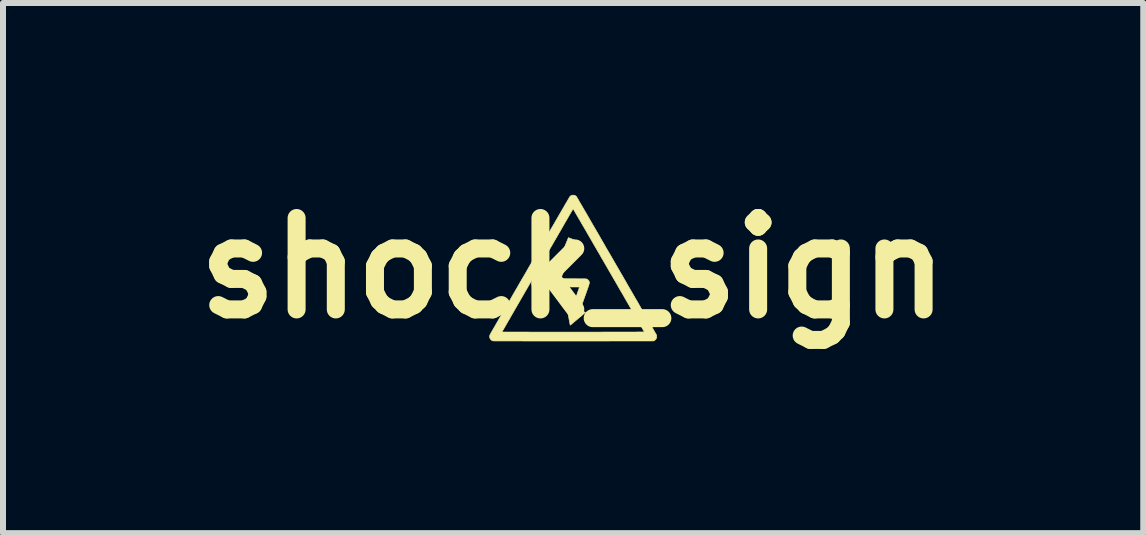
<source format=kicad_pcb>
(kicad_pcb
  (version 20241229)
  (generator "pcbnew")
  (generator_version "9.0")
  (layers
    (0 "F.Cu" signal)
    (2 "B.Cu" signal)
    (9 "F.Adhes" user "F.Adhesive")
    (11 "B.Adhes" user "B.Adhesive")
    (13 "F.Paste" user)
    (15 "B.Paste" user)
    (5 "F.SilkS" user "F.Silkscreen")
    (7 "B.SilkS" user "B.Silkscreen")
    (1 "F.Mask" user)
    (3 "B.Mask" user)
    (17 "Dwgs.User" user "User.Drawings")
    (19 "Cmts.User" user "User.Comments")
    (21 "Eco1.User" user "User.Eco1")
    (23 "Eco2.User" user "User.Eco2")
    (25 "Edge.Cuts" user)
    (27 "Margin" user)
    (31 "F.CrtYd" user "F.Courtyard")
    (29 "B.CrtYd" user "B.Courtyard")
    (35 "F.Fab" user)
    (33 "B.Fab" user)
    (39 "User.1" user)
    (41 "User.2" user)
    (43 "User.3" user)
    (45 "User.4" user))
  (footprint "shock_sign"
    (layer "F.Cu")
    (at 6.502 1.418)
    (property "Reference" "shock_sign" (at 0 0 0) (layer "F.SilkS") (effects (font (size 1.524 1.524) (thickness 0.3))))
    (attr through_hole)
    (fp_poly (pts (xy -0.076 -0.506) (xy -0.069 -0.504) (xy -0.059 -0.5) (xy -0.046 -0.495) (xy -0.031 -0.489) (xy -0.016 -0.483) (xy 0.003 -0.476) (xy 0.018 -0.47) (xy 0.029 -0.465) (xy 0.036 -0.462) (xy 0.041 -0.459) (xy 0.044 -0.457) (xy 0.045 -0.455) (xy 0.045 -0.453) (xy 0.044 -0.451) (xy 0.041 -0.444) (xy 0.037 -0.432) (xy 0.031 -0.418) (xy 0.024 -0.399) (xy 0.015 -0.378) (xy 0.006 -0.354) (xy -0.005 -0.328) (xy -0.016 -0.299) (xy -0.028 -0.269) (xy -0.041 -0.237) (xy -0.053 -0.205) (xy -0.067 -0.172) (xy -0.08 -0.138) (xy -0.094 -0.104) (xy -0.107 -0.071) (xy -0.12 -0.038) (xy -0.133 -0.006) (xy -0.145 0.025) (xy -0.156 0.054) (xy -0.167 0.081) (xy -0.177 0.105) (xy -0.186 0.128) (xy -0.194 0.147) (xy -0.2 0.163) (xy -0.205 0.175) (xy -0.204 0.175) (xy -0.201 0.176) (xy -0.195 0.176) (xy -0.187 0.176) (xy -0.175 0.177) (xy -0.16 0.177) (xy -0.142 0.177) (xy -0.119 0.178) (xy -0.093 0.178) (xy -0.062 0.178) (xy -0.026 0.178) (xy 0.007 0.178) (xy 0.045 0.178) (xy 0.078 0.179) (xy 0.106 0.179) (xy 0.131 0.179) (xy 0.152 0.179) (xy 0.169 0.179) (xy 0.184 0.179) (xy 0.195 0.18) (xy 0.205 0.18) (xy 0.212 0.18) (xy 0.218 0.181) (xy 0.222 0.181) (xy 0.225 0.182) (xy 0.227 0.183) (xy 0.23 0.184) (xy 0.231 0.184) (xy 0.247 0.195) (xy 0.259 0.209) (xy 0.266 0.221) (xy 0.268 0.225) (xy 0.269 0.228) (xy 0.271 0.232) (xy 0.271 0.236) (xy 0.272 0.241) (xy 0.271 0.247) (xy 0.27 0.254) (xy 0.268 0.263) (xy 0.265 0.273) (xy 0.261 0.286) (xy 0.256 0.301) (xy 0.25 0.319) (xy 0.243 0.341) (xy 0.234 0.365) (xy 0.224 0.393) (xy 0.213 0.426) (xy 0.2 0.462) (xy 0.192 0.483) (xy 0.181 0.515) (xy 0.17 0.546) (xy 0.16 0.574) (xy 0.15 0.601) (xy 0.141 0.626) (xy 0.134 0.647) (xy 0.127 0.666) (xy 0.122 0.681) (xy 0.118 0.693) (xy 0.115 0.7) (xy 0.114 0.703) (xy 0.114 0.703) (xy 0.117 0.704) (xy 0.123 0.707) (xy 0.133 0.711) (xy 0.145 0.716) (xy 0.159 0.721) (xy 0.16 0.721) (xy 0.174 0.726) (xy 0.187 0.731) (xy 0.196 0.734) (xy 0.203 0.737) (xy 0.206 0.738) (xy 0.206 0.738) (xy 0.204 0.74) (xy 0.198 0.744) (xy 0.19 0.752) (xy 0.179 0.761) (xy 0.165 0.773) (xy 0.15 0.786) (xy 0.133 0.8) (xy 0.115 0.815) (xy 0.096 0.831) (xy 0.077 0.848) (xy 0.058 0.864) (xy 0.04 0.879) (xy 0.022 0.894) (xy 0.006 0.908) (xy -0.009 0.921) (xy -0.022 0.931) (xy -0.032 0.94) (xy -0.04 0.946) (xy -0.044 0.95) (xy -0.045 0.951) (xy -0.048 0.95) (xy -0.049 0.948) (xy -0.05 0.943) (xy -0.052 0.934) (xy -0.054 0.922) (xy -0.057 0.906) (xy -0.061 0.887) (xy -0.065 0.866) (xy -0.069 0.844) (xy -0.073 0.82) (xy -0.077 0.796) (xy -0.082 0.771) (xy -0.086 0.747) (xy -0.09 0.724) (xy -0.094 0.702) (xy -0.097 0.682) (xy -0.1 0.664) (xy -0.103 0.65) (xy -0.105 0.638) (xy -0.106 0.631) (xy -0.106 0.628) (xy -0.106 0.628) (xy -0.103 0.629) (xy -0.096 0.63) (xy -0.086 0.633) (xy -0.074 0.638) (xy -0.061 0.642) (xy -0.047 0.647) (xy -0.034 0.651) (xy -0.024 0.654) (xy -0.018 0.656) (xy -0.015 0.656) (xy -0.014 0.653) (xy -0.011 0.647) (xy -0.007 0.636) (xy -0.002 0.622) (xy 0.004 0.605) (xy 0.011 0.585) (xy 0.019 0.564) (xy 0.027 0.541) (xy 0.036 0.517) (xy 0.045 0.492) (xy 0.053 0.468) (xy 0.062 0.444) (xy 0.071 0.42) (xy 0.078 0.398) (xy 0.086 0.378) (xy 0.092 0.36) (xy 0.097 0.344) (xy 0.102 0.332) (xy 0.105 0.324) (xy 0.106 0.32) (xy 0.106 0.319) (xy 0.106 0.319) (xy 0.105 0.318) (xy 0.104 0.317) (xy 0.101 0.317) (xy 0.096 0.316) (xy 0.089 0.316) (xy 0.081 0.316) (xy 0.069 0.315) (xy 0.055 0.315) (xy 0.038 0.315) (xy 0.017 0.315) (xy -0.008 0.315) (xy -0.037 0.315) (xy -0.07 0.314) (xy -0.108 0.314) (xy -0.11 0.314) (xy -0.326 0.314) (xy -0.337 0.308) (xy -0.348 0.3) (xy -0.359 0.289) (xy -0.367 0.277) (xy -0.37 0.272) (xy -0.372 0.264) (xy -0.374 0.254) (xy -0.374 0.247) (xy -0.374 0.245) (xy -0.374 0.243) (xy -0.373 0.239) (xy -0.372 0.236) (xy -0.371 0.231) (xy -0.369 0.224) (xy -0.366 0.217) (xy -0.363 0.208) (xy -0.359 0.196) (xy -0.354 0.183) (xy -0.347 0.167) (xy -0.34 0.149) (xy -0.332 0.128) (xy -0.323 0.104) (xy -0.312 0.076) (xy -0.299 0.045) (xy -0.286 0.01) (xy -0.27 -0.028) (xy -0.253 -0.071) (xy -0.234 -0.118) (xy -0.227 -0.136) (xy -0.211 -0.177) (xy -0.195 -0.217) (xy -0.179 -0.256) (xy -0.165 -0.293) (xy -0.151 -0.327) (xy -0.138 -0.36) (xy -0.126 -0.39) (xy -0.115 -0.417) (xy -0.106 -0.44) (xy -0.097 -0.461) (xy -0.09 -0.478) (xy -0.085 -0.491) (xy -0.081 -0.501) (xy -0.079 -0.505) (xy -0.079 -0.506) (xy -0.076 -0.506)) (stroke (width 0.01) (type solid)) (fill yes) (layer "F.SilkS"))
    (fp_poly (pts (xy 0.013 -1.215) (xy 0.021 -1.214) (xy 0.028 -1.211) (xy 0.034 -1.208) (xy 0.043 -1.203) (xy 0.052 -1.196) (xy 0.055 -1.193) (xy 0.057 -1.191) (xy 0.061 -1.184) (xy 0.067 -1.173) (xy 0.076 -1.158) (xy 0.087 -1.14) (xy 0.099 -1.118) (xy 0.114 -1.092) (xy 0.131 -1.063) (xy 0.15 -1.031) (xy 0.17 -0.996) (xy 0.192 -0.958) (xy 0.216 -0.918) (xy 0.241 -0.875) (xy 0.267 -0.829) (xy 0.294 -0.782) (xy 0.323 -0.732) (xy 0.353 -0.681) (xy 0.384 -0.627) (xy 0.416 -0.573) (xy 0.448 -0.517) (xy 0.481 -0.459) (xy 0.515 -0.401) (xy 0.549 -0.341) (xy 0.584 -0.281) (xy 0.619 -0.221) (xy 0.655 -0.159) (xy 0.69 -0.098) (xy 0.726 -0.036) (xy 0.762 0.025) (xy 0.797 0.087) (xy 0.833 0.148) (xy 0.868 0.209) (xy 0.902 0.269) (xy 0.936 0.328) (xy 0.97 0.386) (xy 1.003 0.443) (xy 1.035 0.499) (xy 1.067 0.553) (xy 1.097 0.606) (xy 1.126 0.657) (xy 1.155 0.706) (xy 1.182 0.753) (xy 1.208 0.797) (xy 1.232 0.84) (xy 1.255 0.88) (xy 1.276 0.917) (xy 1.296 0.951) (xy 1.314 0.982) (xy 1.33 1.01) (xy 1.344 1.035) (xy 1.356 1.056) (xy 1.366 1.074) (xy 1.374 1.087) (xy 1.38 1.097) (xy 1.383 1.102) (xy 1.388 1.112) (xy 1.391 1.119) (xy 1.392 1.126) (xy 1.393 1.135) (xy 1.393 1.142) (xy 1.393 1.154) (xy 1.391 1.162) (xy 1.389 1.17) (xy 1.387 1.173) (xy 1.376 1.19) (xy 1.361 1.204) (xy 1.352 1.209) (xy 1.34 1.215) (xy 0.005 1.216) (xy -0.077 1.216) (xy -0.158 1.216) (xy -0.237 1.216) (xy -0.315 1.216) (xy -0.392 1.216) (xy -0.466 1.216) (xy -0.538 1.216) (xy -0.609 1.216) (xy -0.677 1.216) (xy -0.742 1.216) (xy -0.805 1.216) (xy -0.865 1.215) (xy -0.922 1.215) (xy -0.976 1.215) (xy -1.027 1.215) (xy -1.075 1.215) (xy -1.119 1.215) (xy -1.16 1.215) (xy -1.196 1.215) (xy -1.229 1.215) (xy -1.258 1.215) (xy -1.282 1.215) (xy -1.302 1.215) (xy -1.318 1.214) (xy -1.329 1.214) (xy -1.335 1.214) (xy -1.336 1.214) (xy -1.354 1.206) (xy -1.37 1.194) (xy -1.382 1.178) (xy -1.384 1.173) (xy -1.388 1.166) (xy -1.39 1.158) (xy -1.39 1.148) (xy -1.39 1.142) (xy -1.39 1.131) (xy -1.389 1.124) (xy -1.387 1.117) (xy -1.383 1.108) (xy -1.38 1.102) (xy -1.377 1.096) (xy -1.371 1.086) (xy -1.363 1.072) (xy -1.359 1.066) (xy -1.186 1.066) (xy -1.184 1.066) (xy -1.176 1.066) (xy -1.164 1.066) (xy -1.147 1.066) (xy -1.126 1.066) (xy -1.1 1.066) (xy -1.071 1.066) (xy -1.037 1.066) (xy -0.999 1.066) (xy -0.958 1.066) (xy -0.914 1.066) (xy -0.866 1.066) (xy -0.814 1.066) (xy -0.76 1.066) (xy -0.703 1.067) (xy -0.643 1.067) (xy -0.581 1.067) (xy -0.516 1.067) (xy -0.449 1.067) (xy -0.38 1.067) (xy -0.309 1.067) (xy -0.236 1.067) (xy -0.161 1.067) (xy -0.085 1.067) (xy -0.008 1.067) (xy 0.001 1.067) (xy 0.079 1.067) (xy 0.155 1.067) (xy 0.23 1.067) (xy 0.303 1.067) (xy 0.374 1.067) (xy 0.443 1.067) (xy 0.511 1.066) (xy 0.576 1.066) (xy 0.638 1.066) (xy 0.699 1.066) (xy 0.756 1.066) (xy 0.811 1.066) (xy 0.862 1.066) (xy 0.91 1.066) (xy 0.955 1.066) (xy 0.997 1.066) (xy 1.035 1.066) (xy 1.069 1.065) (xy 1.099 1.065) (xy 1.125 1.065) (xy 1.147 1.065) (xy 1.164 1.065) (xy 1.177 1.065) (xy 1.185 1.065) (xy 1.188 1.065) (xy 1.188 1.065) (xy 1.187 1.062) (xy 1.183 1.055) (xy 1.176 1.044) (xy 1.168 1.029) (xy 1.157 1.01) (xy 1.144 0.988) (xy 1.13 0.962) (xy 1.113 0.933) (xy 1.095 0.901) (xy 1.075 0.867) (xy 1.053 0.829) (xy 1.03 0.789) (xy 1.006 0.747) (xy 0.98 0.702) (xy 0.953 0.656) (xy 0.925 0.607) (xy 0.896 0.557) (xy 0.866 0.506) (xy 0.836 0.452) (xy 0.804 0.398) (xy 0.772 0.343) (xy 0.74 0.287) (xy 0.707 0.23) (xy 0.673 0.172) (xy 0.64 0.114) (xy 0.606 0.056) (xy 0.573 -0.002) (xy 0.539 -0.06) (xy 0.506 -0.118) (xy 0.472 -0.175) (xy 0.44 -0.232) (xy 0.407 -0.288) (xy 0.375 -0.343) (xy 0.344 -0.397) (xy 0.314 -0.449) (xy 0.284 -0.501) (xy 0.255 -0.55) (xy 0.228 -0.598) (xy 0.201 -0.644) (xy 0.176 -0.687) (xy 0.151 -0.729) (xy 0.129 -0.768) (xy 0.108 -0.804) (xy 0.088 -0.838) (xy 0.07 -0.869) (xy 0.054 -0.896) (xy 0.04 -0.921) (xy 0.028 -0.942) (xy 0.018 -0.959) (xy 0.01 -0.972) (xy 0.004 -0.982) (xy 0.001 -0.987) (xy -0.000039 -0.989) (xy -0.001 -0.986) (xy -0.005 -0.98) (xy -0.011 -0.969) (xy -0.02 -0.955) (xy -0.03 -0.937) (xy -0.043 -0.915) (xy -0.058 -0.89) (xy -0.074 -0.861) (xy -0.092 -0.83) (xy -0.112 -0.795) (xy -0.134 -0.758) (xy -0.156 -0.719) (xy -0.181 -0.676) (xy -0.206 -0.632) (xy -0.233 -0.586) (xy -0.261 -0.537) (xy -0.29 -0.487) (xy -0.32 -0.436) (xy -0.35 -0.383) (xy -0.382 -0.329) (xy -0.414 -0.273) (xy -0.446 -0.217) (xy -0.479 -0.16) (xy -0.512 -0.103) (xy -0.546 -0.045) (xy -0.579 0.013) (xy -0.613 0.072) (xy -0.646 0.13) (xy -0.68 0.188) (xy -0.713 0.245) (xy -0.746 0.302) (xy -0.778 0.358) (xy -0.81 0.413) (xy -0.841 0.467) (xy -0.872 0.52) (xy -0.901 0.571) (xy -0.93 0.621) (xy -0.958 0.669) (xy -0.984 0.715) (xy -1.01 0.759) (xy -1.034 0.801) (xy -1.056 0.841) (xy -1.078 0.877) (xy -1.097 0.911) (xy -1.115 0.942) (xy -1.131 0.97) (xy -1.145 0.995) (xy -1.158 1.016) (xy -1.168 1.034) (xy -1.176 1.048) (xy -1.182 1.058) (xy -1.185 1.064) (xy -1.186 1.066) (xy -1.359 1.066) (xy -1.353 1.054) (xy -1.34 1.032) (xy -1.326 1.007) (xy -1.309 0.979) (xy -1.291 0.947) (xy -1.271 0.912) (xy -1.25 0.875) (xy -1.227 0.835) (xy -1.202 0.792) (xy -1.176 0.747) (xy -1.149 0.7) (xy -1.12 0.651) (xy -1.091 0.599) (xy -1.06 0.547) (xy -1.029 0.492) (xy -0.997 0.436) (xy -0.964 0.379) (xy -0.93 0.321) (xy -0.896 0.261) (xy -0.861 0.201) (xy -0.826 0.141) (xy -0.79 0.08) (xy -0.755 0.018) (xy -0.719 -0.044) (xy -0.684 -0.105) (xy -0.648 -0.167) (xy -0.613 -0.228) (xy -0.578 -0.288) (xy -0.543 -0.349) (xy -0.509 -0.408) (xy -0.475 -0.466) (xy -0.442 -0.523) (xy -0.409 -0.579) (xy -0.378 -0.634) (xy -0.347 -0.687) (xy -0.317 -0.738) (xy -0.289 -0.787) (xy -0.261 -0.835) (xy -0.235 -0.88) (xy -0.21 -0.923) (xy -0.187 -0.963) (xy -0.165 -1) (xy -0.145 -1.035) (xy -0.127 -1.067) (xy -0.11 -1.095) (xy -0.095 -1.12) (xy -0.083 -1.142) (xy -0.072 -1.16) (xy -0.064 -1.175) (xy -0.057 -1.185) (xy -0.054 -1.191) (xy -0.052 -1.193) (xy -0.045 -1.2) (xy -0.036 -1.206) (xy -0.032 -1.208) (xy -0.024 -1.212) (xy -0.017 -1.214) (xy -0.008 -1.215) (xy 0.001 -1.215) (xy 0.013 -1.215)) (stroke (width 0.01) (type solid)) (fill yes) (layer "F.SilkS")))
  (gr_rect
    (start -3 -3)
    (end 16.005 5.836)
    (stroke (width 0.1) (type default))
    (fill no)
    (layer "Edge.Cuts")))
</source>
